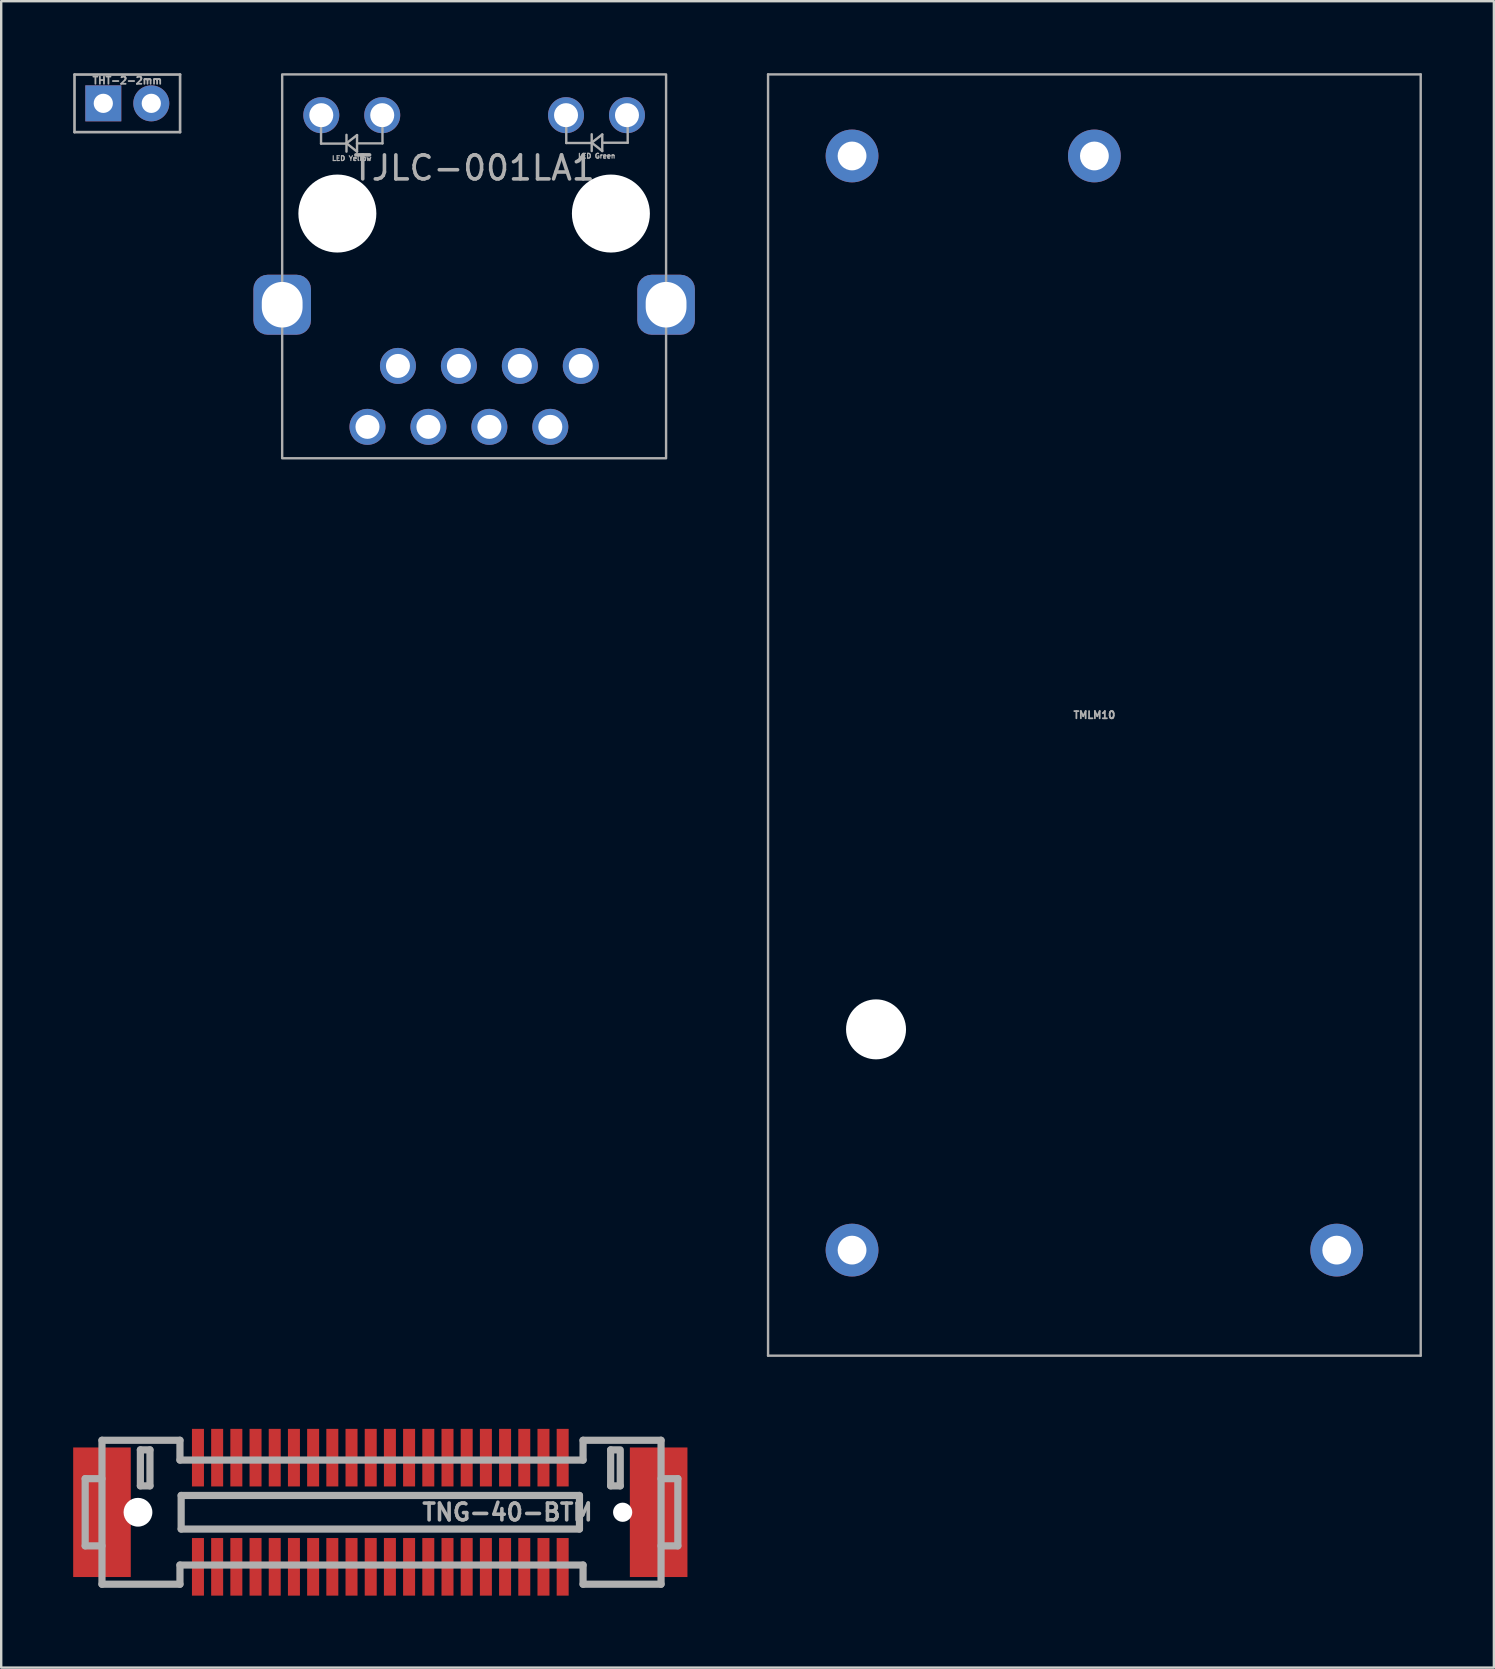
<source format=kicad_pcb>
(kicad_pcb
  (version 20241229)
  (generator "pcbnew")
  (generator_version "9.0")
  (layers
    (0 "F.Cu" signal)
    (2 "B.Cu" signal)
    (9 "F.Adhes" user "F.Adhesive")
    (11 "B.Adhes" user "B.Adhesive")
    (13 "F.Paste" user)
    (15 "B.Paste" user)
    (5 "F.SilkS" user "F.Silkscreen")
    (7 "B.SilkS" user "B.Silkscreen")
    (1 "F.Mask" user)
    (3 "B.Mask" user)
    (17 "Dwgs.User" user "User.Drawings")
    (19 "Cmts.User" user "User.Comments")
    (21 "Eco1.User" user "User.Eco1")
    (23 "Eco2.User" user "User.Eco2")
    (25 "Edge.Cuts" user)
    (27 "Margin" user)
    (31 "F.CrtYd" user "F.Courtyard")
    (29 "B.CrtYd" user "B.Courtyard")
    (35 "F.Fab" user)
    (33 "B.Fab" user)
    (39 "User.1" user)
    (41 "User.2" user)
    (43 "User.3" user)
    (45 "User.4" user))
  (footprint "TNG-40-BTM"
    (layer "F.Cu")
    (at 12.8 59.975)
    (property "Reference" "TNG-40-BTM" (at 5.3 0 0) (layer "F.Fab") (effects (font (size 0.7 0.7) (thickness 0.15))))
    (attr through_hole)
    (fp_line (start -12.3 -1.4) (end -12.3 1.4) (stroke (width 0.3) (type solid)) (layer "F.Fab"))
    (fp_line (start -12.3 1.4) (end -11.6 1.4) (stroke (width 0.3) (type solid)) (layer "F.Fab"))
    (fp_line (start -11.6 -3) (end -8.35 -3) (stroke (width 0.3) (type solid)) (layer "F.Fab"))
    (fp_line (start -11.6 -1.4) (end -12.3 -1.4) (stroke (width 0.3) (type solid)) (layer "F.Fab"))
    (fp_line (start -11.6 3) (end -11.6 -3) (stroke (width 0.3) (type solid)) (layer "F.Fab"))
    (fp_line (start -11.6 3) (end -8.35 3) (stroke (width 0.3) (type solid)) (layer "F.Fab"))
    (fp_line (start -10 -2.6) (end -10 -1.1) (stroke (width 0.3) (type solid)) (layer "F.Fab"))
    (fp_line (start -10 -1.1) (end -9.6 -1.1) (stroke (width 0.3) (type solid)) (layer "F.Fab"))
    (fp_line (start -9.6 -2.6) (end -10 -2.6) (stroke (width 0.3) (type solid)) (layer "F.Fab"))
    (fp_line (start -9.6 -1.1) (end -9.6 -2.6) (stroke (width 0.3) (type solid)) (layer "F.Fab"))
    (fp_line (start -8.35 -3) (end -8.35 -2.175) (stroke (width 0.3) (type solid)) (layer "F.Fab"))
    (fp_line (start -8.35 2.2) (end 8.45 2.2) (stroke (width 0.3) (type solid)) (layer "F.Fab"))
    (fp_line (start -8.35 3) (end -8.35 2.2) (stroke (width 0.3) (type solid)) (layer "F.Fab"))
    (fp_line (start -8.3 -0.7) (end 8.3 -0.7) (stroke (width 0.3) (type solid)) (layer "F.Fab"))
    (fp_line (start -8.3 0.7) (end -8.3 -0.7) (stroke (width 0.3) (type solid)) (layer "F.Fab"))
    (fp_line (start 8.3 -0.7) (end 8.3 0.7) (stroke (width 0.3) (type solid)) (layer "F.Fab"))
    (fp_line (start 8.3 0.7) (end -8.3 0.7) (stroke (width 0.3) (type solid)) (layer "F.Fab"))
    (fp_line (start 8.45 -3) (end 8.45 -2.175) (stroke (width 0.3) (type solid)) (layer "F.Fab"))
    (fp_line (start 8.45 -2.175) (end -8.35 -2.175) (stroke (width 0.3) (type solid)) (layer "F.Fab"))
    (fp_line (start 8.45 2.2) (end 8.45 3) (stroke (width 0.3) (type solid)) (layer "F.Fab"))
    (fp_line (start 8.45 3) (end 11.7 3) (stroke (width 0.3) (type solid)) (layer "F.Fab"))
    (fp_line (start 9.6 -2.6) (end 9.9 -2.6) (stroke (width 0.3) (type solid)) (layer "F.Fab"))
    (fp_line (start 9.6 -1.1) (end 9.6 -2.6) (stroke (width 0.3) (type solid)) (layer "F.Fab"))
    (fp_line (start 10 -2.6) (end 10 -1.1) (stroke (width 0.3) (type solid)) (layer "F.Fab"))
    (fp_line (start 10 -1.1) (end 9.6 -1.1) (stroke (width 0.3) (type solid)) (layer "F.Fab"))
    (fp_line (start 11.7 -3) (end 8.45 -3) (stroke (width 0.3) (type solid)) (layer "F.Fab"))
    (fp_line (start 11.7 -3) (end 11.7 3) (stroke (width 0.3) (type solid)) (layer "F.Fab"))
    (fp_line (start 11.7 1.4) (end 12.4 1.4) (stroke (width 0.3) (type solid)) (layer "F.Fab"))
    (fp_line (start 12.4 -1.4) (end 11.7 -1.4) (stroke (width 0.3) (type solid)) (layer "F.Fab"))
    (fp_line (start 12.4 1.4) (end 12.4 -1.4) (stroke (width 0.3) (type solid)) (layer "F.Fab"))
    (pad "" np_thru_hole circle (at -10.1 0) (size 1.2 1.2) (drill 1.2) (layers "*.Cu" "*.Mask"))
    (pad "" np_thru_hole circle (at 10.1 0) (size 0.8 0.8) (drill 0.8) (layers "*.Cu" "*.Mask"))
    (pad "1" smd rect (at -7.6 2.275) (size 0.5 2.4) (layers "F.Cu" "F.Mask" "F.Paste"))
    (pad "2" smd rect (at -7.6 -2.275) (size 0.5 2.4) (layers "F.Cu" "F.Mask" "F.Paste"))
    (pad "3" smd rect (at -6.8 2.275) (size 0.5 2.4) (layers "F.Cu" "F.Mask" "F.Paste"))
    (pad "4" smd rect (at -6.8 -2.275) (size 0.5 2.4) (layers "F.Cu" "F.Mask" "F.Paste"))
    (pad "5" smd rect (at -6 2.275) (size 0.5 2.4) (layers "F.Cu" "F.Mask" "F.Paste"))
    (pad "6" smd rect (at -6 -2.275) (size 0.5 2.4) (layers "F.Cu" "F.Mask" "F.Paste"))
    (pad "7" smd rect (at -5.2 2.275) (size 0.5 2.4) (layers "F.Cu" "F.Mask" "F.Paste"))
    (pad "8" smd rect (at -5.2 -2.275) (size 0.5 2.4) (layers "F.Cu" "F.Mask" "F.Paste"))
    (pad "9" smd rect (at -4.4 2.275) (size 0.5 2.4) (layers "F.Cu" "F.Mask" "F.Paste"))
    (pad "10" smd rect (at -4.4 -2.275) (size 0.5 2.4) (layers "F.Cu" "F.Mask" "F.Paste"))
    (pad "11" smd rect (at -3.6 2.275) (size 0.5 2.4) (layers "F.Cu" "F.Mask" "F.Paste"))
    (pad "12" smd rect (at -3.6 -2.275) (size 0.5 2.4) (layers "F.Cu" "F.Mask" "F.Paste"))
    (pad "13" smd rect (at -2.8 2.275) (size 0.5 2.4) (layers "F.Cu" "F.Mask" "F.Paste"))
    (pad "14" smd rect (at -2.8 -2.275) (size 0.5 2.4) (layers "F.Cu" "F.Mask" "F.Paste"))
    (pad "15" smd rect (at -2 2.275) (size 0.5 2.4) (layers "F.Cu" "F.Mask" "F.Paste"))
    (pad "16" smd rect (at -2 -2.275) (size 0.5 2.4) (layers "F.Cu" "F.Mask" "F.Paste"))
    (pad "17" smd rect (at -1.2 2.275) (size 0.5 2.4) (layers "F.Cu" "F.Mask" "F.Paste"))
    (pad "18" smd rect (at -1.2 -2.275) (size 0.5 2.4) (layers "F.Cu" "F.Mask" "F.Paste"))
    (pad "19" smd rect (at -0.4 2.275) (size 0.5 2.4) (layers "F.Cu" "F.Mask" "F.Paste"))
    (pad "20" smd rect (at -0.4 -2.275) (size 0.5 2.4) (layers "F.Cu" "F.Mask" "F.Paste"))
    (pad "21" smd rect (at 0.4 2.275) (size 0.5 2.4) (layers "F.Cu" "F.Mask" "F.Paste"))
    (pad "22" smd rect (at 0.4 -2.275) (size 0.5 2.4) (layers "F.Cu" "F.Mask" "F.Paste"))
    (pad "23" smd rect (at 1.2 2.275) (size 0.5 2.4) (layers "F.Cu" "F.Mask" "F.Paste"))
    (pad "24" smd rect (at 1.2 -2.275) (size 0.5 2.4) (layers "F.Cu" "F.Mask" "F.Paste"))
    (pad "25" smd rect (at 2 2.275) (size 0.5 2.4) (layers "F.Cu" "F.Mask" "F.Paste"))
    (pad "26" smd rect (at 2 -2.275) (size 0.5 2.4) (layers "F.Cu" "F.Mask" "F.Paste"))
    (pad "27" smd rect (at 2.8 2.275) (size 0.5 2.4) (layers "F.Cu" "F.Mask" "F.Paste"))
    (pad "28" smd rect (at 2.8 -2.275) (size 0.5 2.4) (layers "F.Cu" "F.Mask" "F.Paste"))
    (pad "29" smd rect (at 3.6 2.275) (size 0.5 2.4) (layers "F.Cu" "F.Mask" "F.Paste"))
    (pad "30" smd rect (at 3.6 -2.275) (size 0.5 2.4) (layers "F.Cu" "F.Mask" "F.Paste"))
    (pad "31" smd rect (at 4.4 2.275) (size 0.5 2.4) (layers "F.Cu" "F.Mask" "F.Paste"))
    (pad "32" smd rect (at 4.4 -2.275) (size 0.5 2.4) (layers "F.Cu" "F.Mask" "F.Paste"))
    (pad "33" smd rect (at 5.2 2.275) (size 0.5 2.4) (layers "F.Cu" "F.Mask" "F.Paste"))
    (pad "34" smd rect (at 5.2 -2.275) (size 0.5 2.4) (layers "F.Cu" "F.Mask" "F.Paste"))
    (pad "35" smd rect (at 6 2.275) (size 0.5 2.4) (layers "F.Cu" "F.Mask" "F.Paste"))
    (pad "36" smd rect (at 6 -2.275) (size 0.5 2.4) (layers "F.Cu" "F.Mask" "F.Paste"))
    (pad "37" smd rect (at 6.8 2.275) (size 0.5 2.4) (layers "F.Cu" "F.Mask" "F.Paste"))
    (pad "38" smd rect (at 6.8 -2.275) (size 0.5 2.4) (layers "F.Cu" "F.Mask" "F.Paste"))
    (pad "39" smd rect (at 7.6 2.275) (size 0.5 2.4) (layers "F.Cu" "F.Mask" "F.Paste"))
    (pad "40" smd rect (at 7.6 -2.275) (size 0.5 2.4) (layers "F.Cu" "F.Mask" "F.Paste"))
    (pad "MNT" smd rect (at -11.6 0) (size 2.4 5.4) (layers "F.Cu" "F.Mask" "F.Paste"))
    (pad "MNT" smd rect (at 11.6 0) (size 2.4 5.4) (layers "F.Cu" "F.Mask" "F.Paste")))
  (footprint "TMLM10"
    (layer "F.Cu")
    (at 42.56 26.25)
    (property "Reference" "TMLM10" (at 0 0.5 0) (layer "F.Fab") (effects (font (size 0.3 0.3) (thickness 0.075))))
    (attr through_hole)
    (fp_line (start -13.6 -26.2) (end 13.6 -26.2) (stroke (width 0.1) (type solid)) (layer "F.Fab"))
    (fp_line (start -13.6 27.2) (end -13.6 -26.2) (stroke (width 0.1) (type solid)) (layer "F.Fab"))
    (fp_line (start 13.6 -26.2) (end 13.6 27.2) (stroke (width 0.1) (type solid)) (layer "F.Fab"))
    (fp_line (start 13.6 27.2) (end -13.6 27.2) (stroke (width 0.1) (type solid)) (layer "F.Fab"))
    (pad "" np_thru_hole circle (at -9.1 13.6) (size 2.5 2.5) (drill 2.5) (layers "*.Cu" "*.Mask"))
    (pad "1" thru_hole circle (at -10.1 -22.8) (size 2.2 2.2) (drill 1.2) (layers "*.Cu" "*.Mask"))
    (pad "2" thru_hole circle (at 0 -22.8) (size 2.2 2.2) (drill 1.2) (layers "*.Cu" "*.Mask"))
    (pad "3" thru_hole circle (at -10.1 22.8) (size 2.2 2.2) (drill 1.2) (layers "*.Cu" "*.Mask"))
    (pad "4" thru_hole circle (at 10.1 22.8) (size 2.2 2.2) (drill 1.2) (layers "*.Cu" "*.Mask")))
  (footprint "TJLC-001LA1"
    (layer "F.Cu")
    (at 16.71 5.85)
    (property "Reference" "TJLC-001LA1" (at 0 -1.9 0) (unlocked yes) (layer "F.Fab") (effects (font (size 1 1) (thickness 0.15))))
    (attr through_hole)
    (fp_line (start -6.38 -3.595) (end -6.38 -2.915) (stroke (width 0.1) (type solid)) (layer "F.Fab"))
    (fp_line (start -6.38 -2.915) (end -5.32 -2.915) (stroke (width 0.1) (type solid)) (layer "F.Fab"))
    (fp_line (start -5.32 -3.28) (end -5.32 -2.58) (stroke (width 0.1) (type solid)) (layer "F.Fab"))
    (fp_line (start -5.32 -2.93) (end -4.88 -3.27) (stroke (width 0.1) (type solid)) (layer "F.Fab"))
    (fp_line (start -4.88 -3.27) (end -4.88 -2.58) (stroke (width 0.1) (type solid)) (layer "F.Fab"))
    (fp_line (start -4.88 -2.925) (end -3.82 -2.925) (stroke (width 0.1) (type solid)) (layer "F.Fab"))
    (fp_line (start -4.88 -2.58) (end -5.32 -2.93) (stroke (width 0.1) (type solid)) (layer "F.Fab"))
    (fp_line (start -3.82 -2.925) (end -3.82 -3.575) (stroke (width 0.1) (type solid)) (layer "F.Fab"))
    (fp_line (start 3.84 -3.62) (end 3.84 -2.94) (stroke (width 0.1) (type solid)) (layer "F.Fab"))
    (fp_line (start 3.84 -2.94) (end 4.9 -2.94) (stroke (width 0.1) (type solid)) (layer "F.Fab"))
    (fp_line (start 4.9 -3.305) (end 4.9 -2.605) (stroke (width 0.1) (type solid)) (layer "F.Fab"))
    (fp_line (start 4.9 -2.955) (end 5.34 -3.295) (stroke (width 0.1) (type solid)) (layer "F.Fab"))
    (fp_line (start 5.34 -3.295) (end 5.34 -2.605) (stroke (width 0.1) (type solid)) (layer "F.Fab"))
    (fp_line (start 5.34 -2.95) (end 6.4 -2.95) (stroke (width 0.1) (type solid)) (layer "F.Fab"))
    (fp_line (start 5.34 -2.605) (end 4.9 -2.955) (stroke (width 0.1) (type solid)) (layer "F.Fab"))
    (fp_line (start 6.4 -2.95) (end 6.4 -3.6) (stroke (width 0.1) (type solid)) (layer "F.Fab"))
    (fp_rect (start -8 -5.8) (end 8 10.2) (stroke (width 0.1) (type solid)) (fill no) (layer "F.Fab"))
    (fp_text user "LED Yellow" (at -5.1 -2.3 0) (unlocked yes) (layer "F.Fab") (effects (font (size 0.2 0.2) (thickness 0.05))))
    (fp_text user "LED Green" (at 5.11 -2.4 0) (unlocked yes) (layer "F.Fab") (effects (font (size 0.2 0.2) (thickness 0.05))))
    (pad "" np_thru_hole circle (at -5.7 0) (size 3.25 3.25) (drill 3.25) (layers "*.Cu" "*.Mask"))
    (pad "" np_thru_hole circle (at 5.7 0) (size 3.25 3.25) (drill 3.25) (layers "*.Cu" "*.Mask"))
    (pad "1" thru_hole circle (at 4.445 6.35) (size 1.5 1.5) (drill 1) (layers "*.Cu" "*.Mask"))
    (pad "2" thru_hole circle (at 3.175 8.89) (size 1.5 1.5) (drill 1) (layers "*.Cu" "*.Mask"))
    (pad "3" thru_hole circle (at 1.905 6.35) (size 1.5 1.5) (drill 1) (layers "*.Cu" "*.Mask"))
    (pad "4" thru_hole circle (at 0.635 8.89) (size 1.5 1.5) (drill 1) (layers "*.Cu" "*.Mask"))
    (pad "5" thru_hole circle (at -0.635 6.35) (size 1.5 1.5) (drill 1) (layers "*.Cu" "*.Mask"))
    (pad "6" thru_hole circle (at -1.905 8.89) (size 1.5 1.5) (drill 1) (layers "*.Cu" "*.Mask"))
    (pad "7" thru_hole circle (at -3.175 6.35 270) (size 1.5 1.5) (drill 1) (layers "*.Cu" "*.Mask"))
    (pad "8" thru_hole circle (at -4.445 8.89) (size 1.5 1.5) (drill 1) (layers "*.Cu" "*.Mask"))
    (pad "9" thru_hole circle (at 6.37 -4.1) (size 1.5 1.5) (drill 1) (layers "*.Cu" "*.Mask"))
    (pad "10" thru_hole circle (at 3.83 -4.1) (size 1.5 1.5) (drill 1) (layers "*.Cu" "*.Mask"))
    (pad "11" thru_hole circle (at -3.83 -4.1) (size 1.5 1.5) (drill 1) (layers "*.Cu" "*.Mask"))
    (pad "12" thru_hole circle (at -6.37 -4.1) (size 1.5 1.5) (drill 1) (layers "*.Cu" "*.Mask"))
    (pad "SHD" thru_hole roundrect (at -8 3.8) (size 2.4 2.5) (drill oval 1.7 1.9) (layers "*.Cu" "*.Mask") (roundrect_rratio 0.25))
    (pad "SHD" thru_hole roundrect (at 8 3.8) (size 2.4 2.5) (drill oval 1.7 1.9) (layers "*.Cu" "*.Mask") (roundrect_rratio 0.25)))
  (footprint "THT-2-2mm"
    (layer "F.Cu")
    (at 2.255 1.257)
    (property "Reference" "THT-2-2mm" (at 0 -0.95 180) (layer "F.Fab") (effects (font (size 0.3 0.3) (thickness 0.075))))
    (attr through_hole)
    (fp_line (start -2.2 -1.2) (end 2.2 -1.2) (stroke (width 0.11) (type solid)) (layer "F.Fab"))
    (fp_line (start -2.2 1.2) (end -2.2 -1.2) (stroke (width 0.11) (type solid)) (layer "F.Fab"))
    (fp_line (start 2.2 -1.2) (end 2.2 1.2) (stroke (width 0.11) (type solid)) (layer "F.Fab"))
    (fp_line (start 2.2 1.2) (end -2.2 1.2) (stroke (width 0.11) (type solid)) (layer "F.Fab"))
    (pad "1" thru_hole rect (at -1 0) (size 1.5 1.5) (drill 0.8) (layers "*.Cu" "*.Mask"))
    (pad "2" thru_hole circle (at 1 0) (size 1.5 1.5) (drill 0.8) (layers "*.Cu" "*.Mask")))
  (gr_rect
    (start -3 -3)
    (end 59.21 66.45)
    (stroke (width 0.1) (type default))
    (fill no)
    (layer "Edge.Cuts")))
</source>
